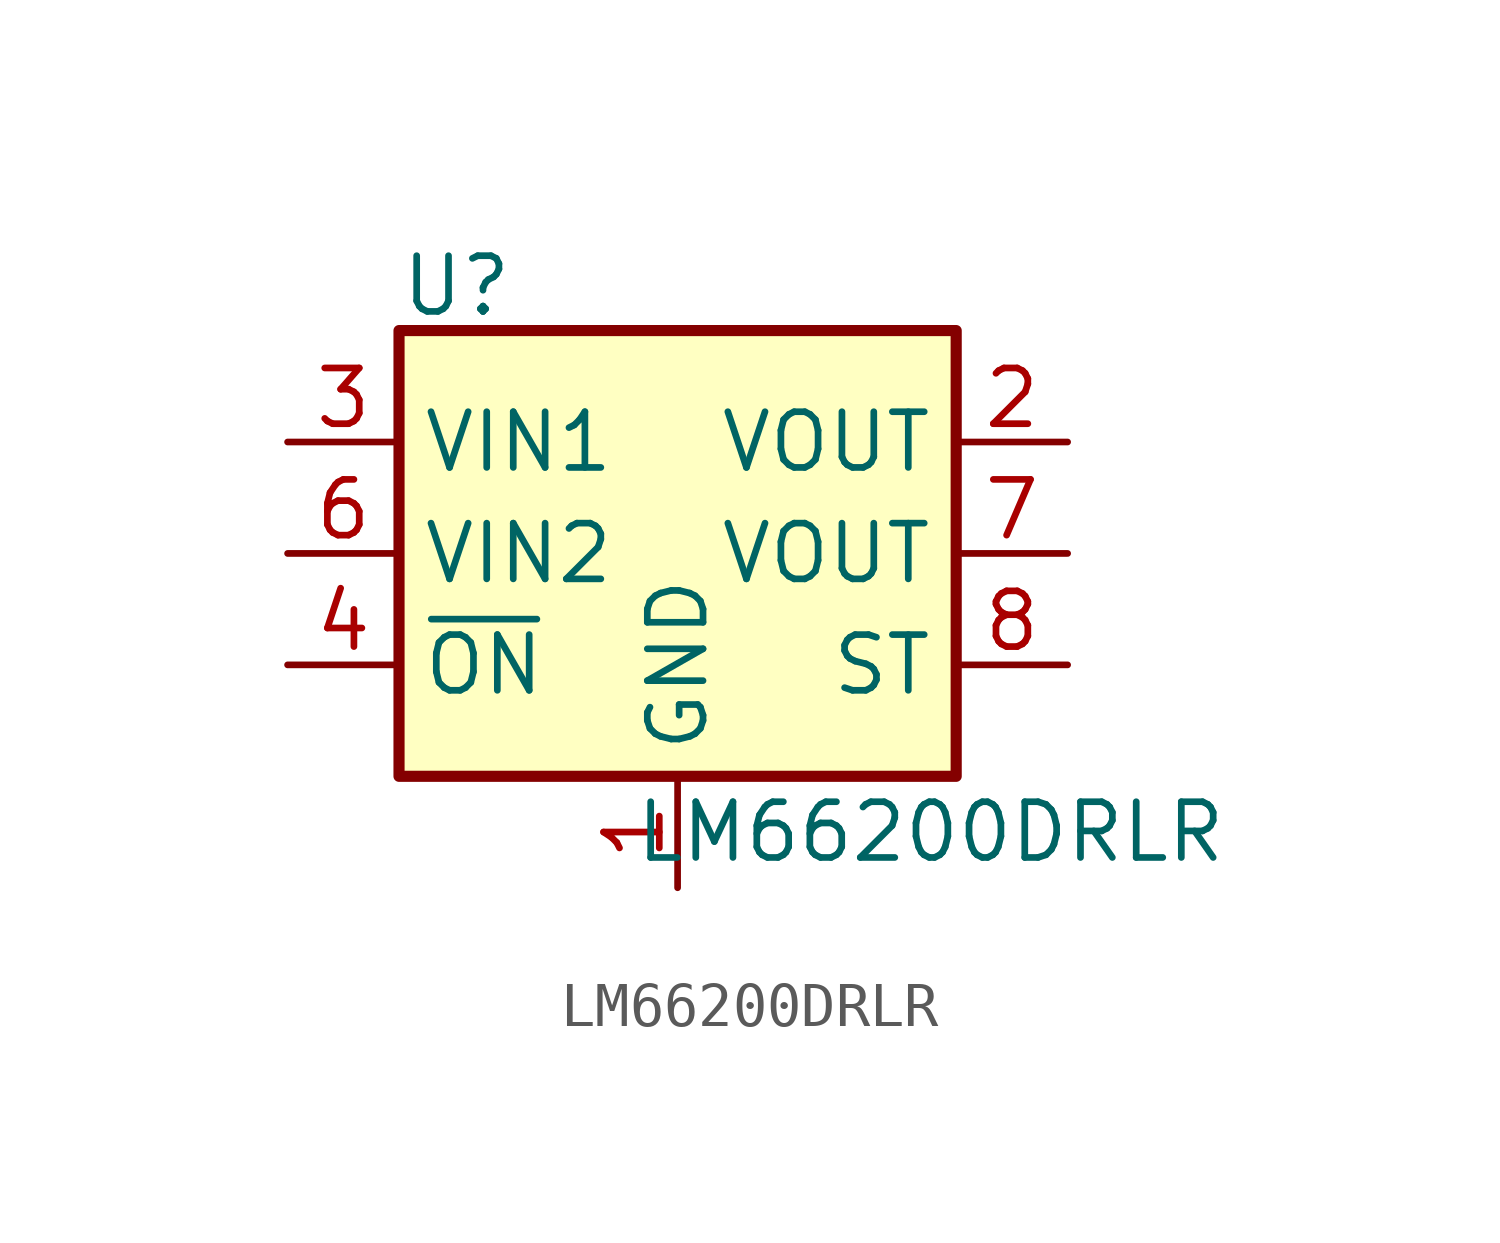
<source format=kicad_sym>
(kicad_symbol_lib
  (version 20241209)
  (generator "kicad_symbol_editor")
  (generator_version "9.0")
  (symbol "LM66200DRLR"
    (property "Reference" "U"
      (at -5.08 6.096 0)
      (effects (font (size 1.27 1.27)) (justify left)))
    (property "Value" "LM66200DRLR"
      (at 0.254 -6.35 0)
      (effects (font (size 1.27 1.27)) (justify left)))
    (symbol "LM66200DRLR_0_1"
      (rectangle (start -5.08 5.08) (end 7.62 -5.08) (stroke (width 0.254) (type default)) (fill (type background))))
    (symbol "LM66200DRLR_1_0"
      (pin power_in line (at 1.27 -7.62 90) (length 2.54) (hide yes) (name "GND" (effects (font (size 1.27 1.27)))) (number "5" (effects (font (size 1.27 1.27))))))
    (symbol "LM66200DRLR_1_1"
      (pin power_in line (at -7.62 2.54 0) (length 2.54) (name "VIN1" (effects (font (size 1.27 1.27)))) (number "3" (effects (font (size 1.27 1.27)))))
      (pin power_in line (at -7.62 0 0) (length 2.54) (name "VIN2" (effects (font (size 1.27 1.27)))) (number "6" (effects (font (size 1.27 1.27)))))
      (pin input line (at -7.62 -2.54 0) (length 2.54) (name "~{ON}" (effects (font (size 1.27 1.27)))) (number "4" (effects (font (size 1.27 1.27)))))
      (pin power_in line (at 1.27 -7.62 90) (length 2.54) (name "GND" (effects (font (size 1.27 1.27)))) (number "1" (effects (font (size 1.27 1.27)))))
      (pin power_out line (at 10.16 2.54 180) (length 2.54) (name "VOUT" (effects (font (size 1.27 1.27)))) (number "2" (effects (font (size 1.27 1.27)))))
      (pin power_out line (at 10.16 0 180) (length 2.54) (name "VOUT" (effects (font (size 1.27 1.27)))) (number "7" (effects (font (size 1.27 1.27)))))
      (pin open_collector line (at 10.16 -2.54 180) (length 2.54) (name "ST" (effects (font (size 1.27 1.27)))) (number "8" (effects (font (size 1.27 1.27))))))))
</source>
